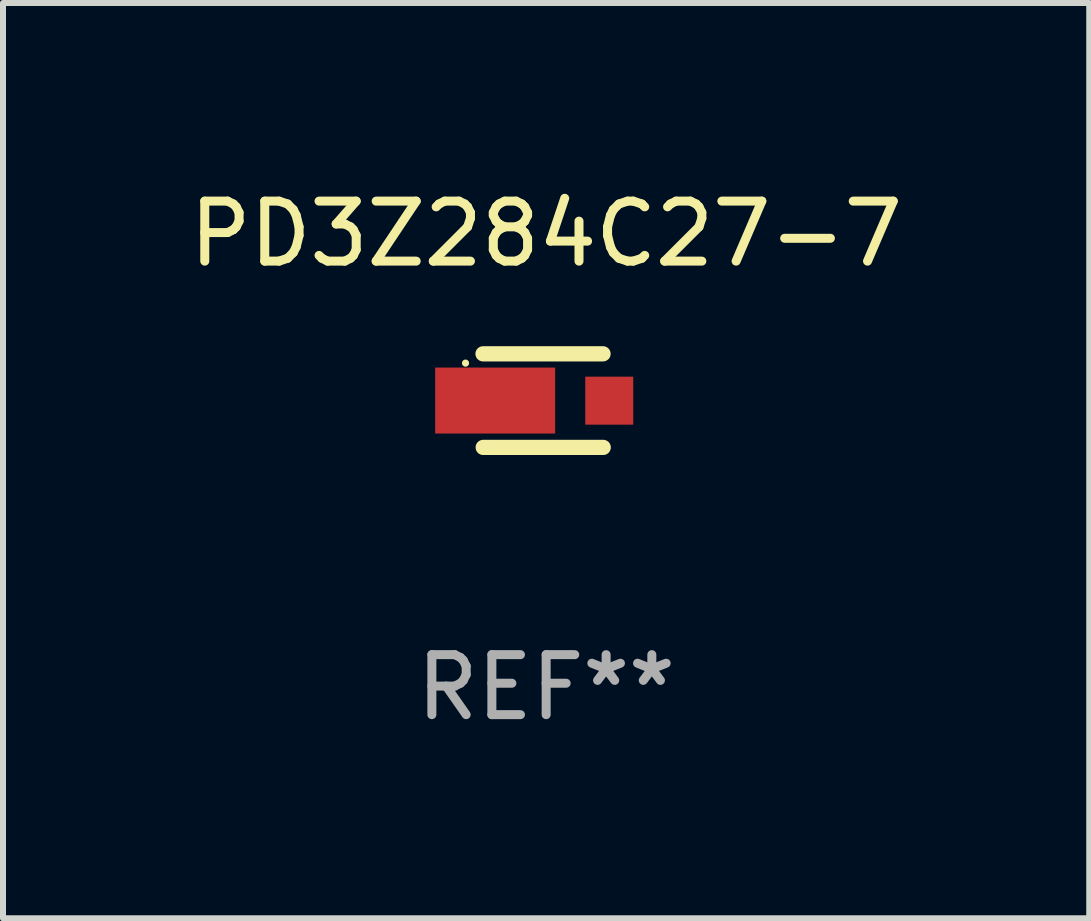
<source format=kicad_pcb>
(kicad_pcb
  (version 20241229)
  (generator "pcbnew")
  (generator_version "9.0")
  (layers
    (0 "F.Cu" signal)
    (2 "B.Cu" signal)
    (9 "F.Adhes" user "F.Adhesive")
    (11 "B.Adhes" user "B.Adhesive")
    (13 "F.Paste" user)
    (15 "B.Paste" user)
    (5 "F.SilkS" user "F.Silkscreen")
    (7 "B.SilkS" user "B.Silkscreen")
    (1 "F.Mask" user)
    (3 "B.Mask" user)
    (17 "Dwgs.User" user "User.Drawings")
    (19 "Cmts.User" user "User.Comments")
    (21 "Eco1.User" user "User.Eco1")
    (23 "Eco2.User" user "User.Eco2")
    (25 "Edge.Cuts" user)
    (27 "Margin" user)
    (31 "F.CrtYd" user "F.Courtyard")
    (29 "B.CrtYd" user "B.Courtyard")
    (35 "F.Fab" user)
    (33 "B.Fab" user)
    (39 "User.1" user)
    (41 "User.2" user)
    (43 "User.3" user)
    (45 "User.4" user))
  (footprint "PD3Z284C27-7"
    (layer "F.Cu")
    (at 6.054 3.628)
    (property "Reference" "PD3Z284C27-7" (at 0 -2.78 0) (layer "F.SilkS") (effects (font (size 1 1) (thickness 0.15))))
    (attr through_hole)
    (fp_line (start -1.049 0.78) (end 0.951 0.78) (stroke (width 0.254) (type solid)) (layer "F.SilkS"))
    (fp_line (start 0.948 -0.78) (end -1.052 -0.78) (stroke (width 0.254) (type solid)) (layer "F.SilkS"))
    (fp_circle (center -1.344 -0.625) (end -1.314 -0.625) (stroke (width 0.06) (type solid)) (fill no) (layer "F.SilkS"))
    (fp_text user "REF**" (at 0 4.78 0) (layer "F.Fab") (effects (font (size 1 1) (thickness 0.15))))
    (pad "1" smd rect (at -0.85 -0.001) (size 2 1.1) (layers "F.Cu" "F.Mask" "F.Paste"))
    (pad "2" smd rect (at 1.052 0.001) (size 0.8 0.8) (layers "F.Cu" "F.Mask" "F.Paste")))
  (gr_rect
    (start -3 -3)
    (end 15.107 12.257)
    (stroke (width 0.1) (type default))
    (fill no)
    (layer "Edge.Cuts")))
</source>
